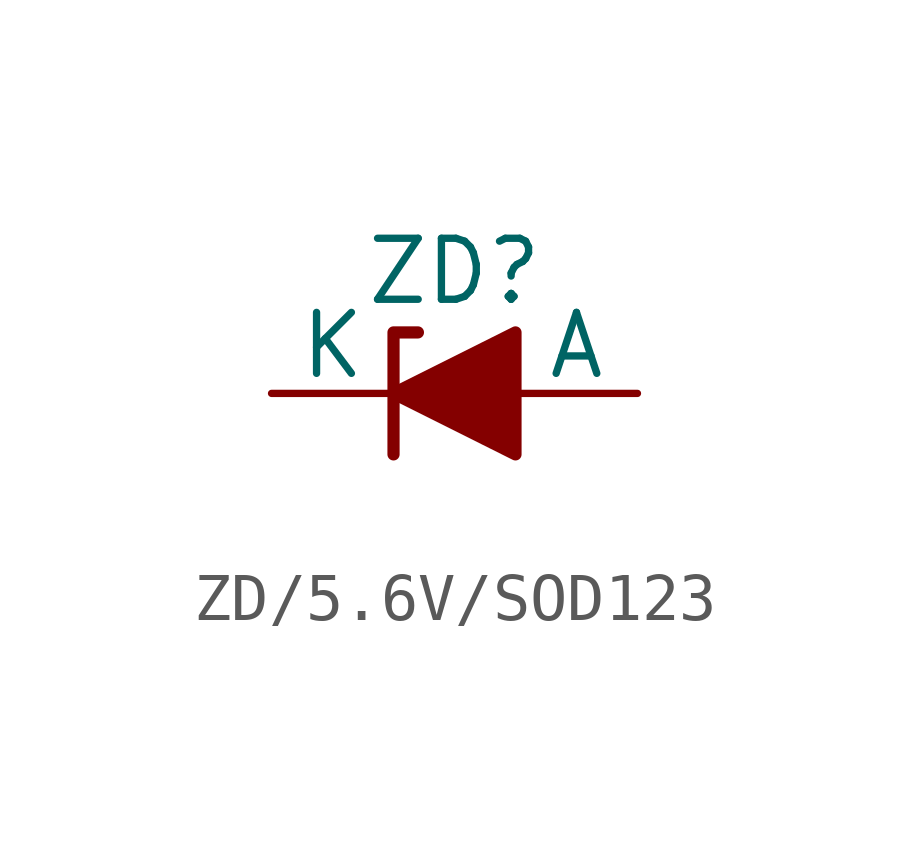
<source format=kicad_sym>
(kicad_symbol_lib
  (version 20220914)
  (generator kicad_symbol_editor)
  (symbol "ZD/5.6V/SOD123"
    (pin_numbers hide)
    (pin_names
      (offset 0))
    (property "Reference" "ZD"
      (at 0 2.54 0)
      (effects (font (size 1.27 1.27))))
    (property "Value" ""
      (at 0 -2.54 0)
      (effects (font (size 1.27 1.27))))
    (symbol "ZD/5.6V/SOD123_0_1"
      (polyline (pts (xy 1.27 0) (xy -1.27 0)) (stroke (width 0) (type default)) (fill (type none)))
      (polyline (pts (xy -1.27 -1.27) (xy -1.27 1.27) (xy -0.762 1.27)) (stroke (width 0.254) (type default)) (fill (type none)))
      (polyline (pts (xy 1.27 -1.27) (xy 1.27 1.27) (xy -1.27 0) (xy 1.27 -1.27)) (stroke (width 0.254) (type default)) (fill (type outline))))
    (symbol "ZD/5.6V/SOD123_1_1"
      (pin passive line (at -3.81 0 0) (length 2.54) (name "K" (effects (font (size 1.27 1.27)))) (number "1" (effects (font (size 1.27 1.27)))))
      (pin passive line (at 3.81 0 180) (length 2.54) (name "A" (effects (font (size 1.27 1.27)))) (number "2" (effects (font (size 1.27 1.27))))))))
</source>
